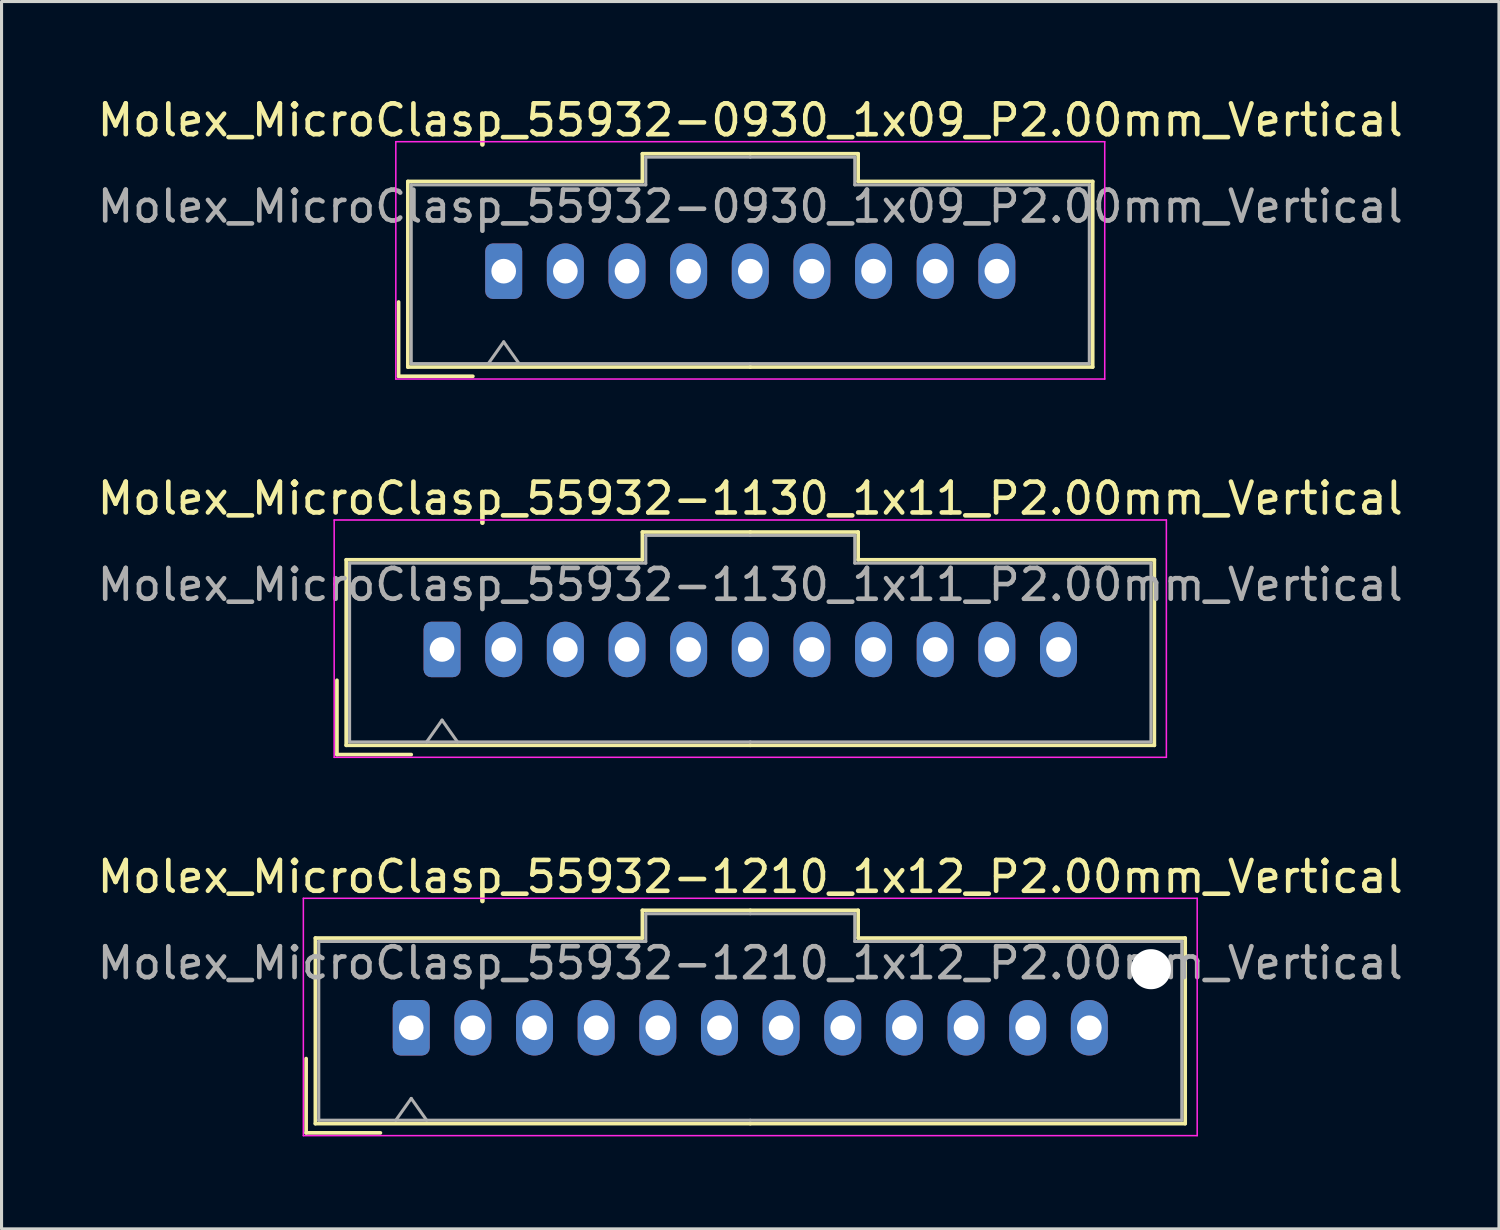
<source format=kicad_pcb>
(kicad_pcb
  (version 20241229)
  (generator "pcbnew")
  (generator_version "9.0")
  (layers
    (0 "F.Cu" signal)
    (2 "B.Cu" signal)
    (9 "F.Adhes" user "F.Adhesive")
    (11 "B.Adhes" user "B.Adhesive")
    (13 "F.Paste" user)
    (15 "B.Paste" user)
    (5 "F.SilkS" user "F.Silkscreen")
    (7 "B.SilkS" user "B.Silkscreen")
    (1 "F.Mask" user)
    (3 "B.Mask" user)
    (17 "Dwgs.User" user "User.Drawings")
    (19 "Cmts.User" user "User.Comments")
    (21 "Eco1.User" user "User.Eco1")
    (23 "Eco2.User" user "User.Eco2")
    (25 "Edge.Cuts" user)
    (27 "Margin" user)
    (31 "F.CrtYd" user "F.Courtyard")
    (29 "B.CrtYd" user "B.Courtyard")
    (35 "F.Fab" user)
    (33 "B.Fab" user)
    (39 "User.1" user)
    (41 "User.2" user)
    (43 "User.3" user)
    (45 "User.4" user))
  (footprint "Molex_MicroClasp_55932-1210_1x12_P2.00mm_Vertical"
    (layer "F.Cu")
    (at 10.292 30.295)
    (property "Reference" "Molex_MicroClasp_55932-1210_1x12_P2.00mm_Vertical" (at 11 -4.9 0) (layer "F.SilkS") (effects (font (size 1 1) (thickness 0.15))))
    (attr through_hole)
    (fp_line (start -3.41 1) (end -3.41 3.41) (stroke (width 0.12) (type solid)) (layer "F.SilkS"))
    (fp_line (start -3.41 3.41) (end -1 3.41) (stroke (width 0.12) (type solid)) (layer "F.SilkS"))
    (fp_line (start -3.11 -2.91) (end -3.11 3.11) (stroke (width 0.12) (type solid)) (layer "F.SilkS"))
    (fp_line (start -3.11 3.11) (end 11 3.11) (stroke (width 0.12) (type solid)) (layer "F.SilkS"))
    (fp_line (start 7.5 -3.81) (end 7.5 -2.91) (stroke (width 0.12) (type solid)) (layer "F.SilkS"))
    (fp_line (start 7.5 -2.91) (end -3.11 -2.91) (stroke (width 0.12) (type solid)) (layer "F.SilkS"))
    (fp_line (start 11 -3.81) (end 7.5 -3.81) (stroke (width 0.12) (type solid)) (layer "F.SilkS"))
    (fp_line (start 11 -3.81) (end 14.5 -3.81) (stroke (width 0.12) (type solid)) (layer "F.SilkS"))
    (fp_line (start 14.5 -3.81) (end 14.5 -2.91) (stroke (width 0.12) (type solid)) (layer "F.SilkS"))
    (fp_line (start 14.5 -2.91) (end 25.11 -2.91) (stroke (width 0.12) (type solid)) (layer "F.SilkS"))
    (fp_line (start 25.11 -2.91) (end 25.11 3.11) (stroke (width 0.12) (type solid)) (layer "F.SilkS"))
    (fp_line (start 25.11 3.11) (end 11 3.11) (stroke (width 0.12) (type solid)) (layer "F.SilkS"))
    (fp_line (start -3.5 -4.2) (end -3.5 3.5) (stroke (width 0.05) (type solid)) (layer "F.CrtYd"))
    (fp_line (start -3.5 3.5) (end 25.5 3.5) (stroke (width 0.05) (type solid)) (layer "F.CrtYd"))
    (fp_line (start 25.5 -4.2) (end -3.5 -4.2) (stroke (width 0.05) (type solid)) (layer "F.CrtYd"))
    (fp_line (start 25.5 3.5) (end 25.5 -4.2) (stroke (width 0.05) (type solid)) (layer "F.CrtYd"))
    (fp_line (start -3 -2.8) (end -3 3) (stroke (width 0.1) (type solid)) (layer "F.Fab"))
    (fp_line (start -3 3) (end 11 3) (stroke (width 0.1) (type solid)) (layer "F.Fab"))
    (fp_line (start -0.5 3) (end 0 2.293) (stroke (width 0.1) (type solid)) (layer "F.Fab"))
    (fp_line (start 0 2.293) (end 0.5 3) (stroke (width 0.1) (type solid)) (layer "F.Fab"))
    (fp_line (start 7.61 -3.7) (end 7.61 -2.8) (stroke (width 0.1) (type solid)) (layer "F.Fab"))
    (fp_line (start 7.61 -2.8) (end -3 -2.8) (stroke (width 0.1) (type solid)) (layer "F.Fab"))
    (fp_line (start 11 -3.7) (end 7.61 -3.7) (stroke (width 0.1) (type solid)) (layer "F.Fab"))
    (fp_line (start 11 -3.7) (end 14.39 -3.7) (stroke (width 0.1) (type solid)) (layer "F.Fab"))
    (fp_line (start 14.39 -3.7) (end 14.39 -2.8) (stroke (width 0.1) (type solid)) (layer "F.Fab"))
    (fp_line (start 14.39 -2.8) (end 25 -2.8) (stroke (width 0.1) (type solid)) (layer "F.Fab"))
    (fp_line (start 25 -2.8) (end 25 3) (stroke (width 0.1) (type solid)) (layer "F.Fab"))
    (fp_line (start 25 3) (end 11 3) (stroke (width 0.1) (type solid)) (layer "F.Fab"))
    (fp_text user "${REFERENCE}" (at 11 -2.1 0) (layer "F.Fab") (effects (font (size 1 1) (thickness 0.15))))
    (pad "" np_thru_hole circle (at 24 -1.9) (size 1.3 1.3) (drill 1.3) (layers "*.Cu" "*.Mask"))
    (pad "1" thru_hole roundrect (at 0 0) (size 1.2 1.8) (drill 0.8) (layers "*.Cu" "*.Mask") (roundrect_rratio 0.208))
    (pad "2" thru_hole oval (at 2 0) (size 1.2 1.8) (drill 0.8) (layers "*.Cu" "*.Mask"))
    (pad "3" thru_hole oval (at 4 0) (size 1.2 1.8) (drill 0.8) (layers "*.Cu" "*.Mask"))
    (pad "4" thru_hole oval (at 6 0) (size 1.2 1.8) (drill 0.8) (layers "*.Cu" "*.Mask"))
    (pad "5" thru_hole oval (at 8 0) (size 1.2 1.8) (drill 0.8) (layers "*.Cu" "*.Mask"))
    (pad "6" thru_hole oval (at 10 0) (size 1.2 1.8) (drill 0.8) (layers "*.Cu" "*.Mask"))
    (pad "7" thru_hole oval (at 12 0) (size 1.2 1.8) (drill 0.8) (layers "*.Cu" "*.Mask"))
    (pad "8" thru_hole oval (at 14 0) (size 1.2 1.8) (drill 0.8) (layers "*.Cu" "*.Mask"))
    (pad "9" thru_hole oval (at 16 0) (size 1.2 1.8) (drill 0.8) (layers "*.Cu" "*.Mask"))
    (pad "10" thru_hole oval (at 18 0) (size 1.2 1.8) (drill 0.8) (layers "*.Cu" "*.Mask"))
    (pad "11" thru_hole oval (at 20 0) (size 1.2 1.8) (drill 0.8) (layers "*.Cu" "*.Mask"))
    (pad "12" thru_hole oval (at 22 0) (size 1.2 1.8) (drill 0.8) (layers "*.Cu" "*.Mask")))
  (footprint "Molex_MicroClasp_55932-0930_1x09_P2.00mm_Vertical"
    (layer "F.Cu")
    (at 13.292 5.748)
    (property "Reference" "Molex_MicroClasp_55932-0930_1x09_P2.00mm_Vertical" (at 8 -4.9 0) (layer "F.SilkS") (effects (font (size 1 1) (thickness 0.15))))
    (attr through_hole)
    (fp_line (start -3.41 1) (end -3.41 3.41) (stroke (width 0.12) (type solid)) (layer "F.SilkS"))
    (fp_line (start -3.41 3.41) (end -1 3.41) (stroke (width 0.12) (type solid)) (layer "F.SilkS"))
    (fp_line (start -3.11 -2.91) (end -3.11 3.11) (stroke (width 0.12) (type solid)) (layer "F.SilkS"))
    (fp_line (start -3.11 3.11) (end 8 3.11) (stroke (width 0.12) (type solid)) (layer "F.SilkS"))
    (fp_line (start 4.5 -3.81) (end 4.5 -2.91) (stroke (width 0.12) (type solid)) (layer "F.SilkS"))
    (fp_line (start 4.5 -2.91) (end -3.11 -2.91) (stroke (width 0.12) (type solid)) (layer "F.SilkS"))
    (fp_line (start 8 -3.81) (end 4.5 -3.81) (stroke (width 0.12) (type solid)) (layer "F.SilkS"))
    (fp_line (start 8 -3.81) (end 11.5 -3.81) (stroke (width 0.12) (type solid)) (layer "F.SilkS"))
    (fp_line (start 11.5 -3.81) (end 11.5 -2.91) (stroke (width 0.12) (type solid)) (layer "F.SilkS"))
    (fp_line (start 11.5 -2.91) (end 19.11 -2.91) (stroke (width 0.12) (type solid)) (layer "F.SilkS"))
    (fp_line (start 19.11 -2.91) (end 19.11 3.11) (stroke (width 0.12) (type solid)) (layer "F.SilkS"))
    (fp_line (start 19.11 3.11) (end 8 3.11) (stroke (width 0.12) (type solid)) (layer "F.SilkS"))
    (fp_line (start -3.5 -4.2) (end -3.5 3.5) (stroke (width 0.05) (type solid)) (layer "F.CrtYd"))
    (fp_line (start -3.5 3.5) (end 19.5 3.5) (stroke (width 0.05) (type solid)) (layer "F.CrtYd"))
    (fp_line (start 19.5 -4.2) (end -3.5 -4.2) (stroke (width 0.05) (type solid)) (layer "F.CrtYd"))
    (fp_line (start 19.5 3.5) (end 19.5 -4.2) (stroke (width 0.05) (type solid)) (layer "F.CrtYd"))
    (fp_line (start -3 -2.8) (end -3 3) (stroke (width 0.1) (type solid)) (layer "F.Fab"))
    (fp_line (start -3 3) (end 8 3) (stroke (width 0.1) (type solid)) (layer "F.Fab"))
    (fp_line (start -0.5 3) (end 0 2.293) (stroke (width 0.1) (type solid)) (layer "F.Fab"))
    (fp_line (start 0 2.293) (end 0.5 3) (stroke (width 0.1) (type solid)) (layer "F.Fab"))
    (fp_line (start 4.61 -3.7) (end 4.61 -2.8) (stroke (width 0.1) (type solid)) (layer "F.Fab"))
    (fp_line (start 4.61 -2.8) (end -3 -2.8) (stroke (width 0.1) (type solid)) (layer "F.Fab"))
    (fp_line (start 8 -3.7) (end 4.61 -3.7) (stroke (width 0.1) (type solid)) (layer "F.Fab"))
    (fp_line (start 8 -3.7) (end 11.39 -3.7) (stroke (width 0.1) (type solid)) (layer "F.Fab"))
    (fp_line (start 11.39 -3.7) (end 11.39 -2.8) (stroke (width 0.1) (type solid)) (layer "F.Fab"))
    (fp_line (start 11.39 -2.8) (end 19 -2.8) (stroke (width 0.1) (type solid)) (layer "F.Fab"))
    (fp_line (start 19 -2.8) (end 19 3) (stroke (width 0.1) (type solid)) (layer "F.Fab"))
    (fp_line (start 19 3) (end 8 3) (stroke (width 0.1) (type solid)) (layer "F.Fab"))
    (fp_text user "${REFERENCE}" (at 8 -2.1 0) (layer "F.Fab") (effects (font (size 1 1) (thickness 0.15))))
    (pad "1" thru_hole roundrect (at 0 0) (size 1.2 1.8) (drill 0.8) (layers "*.Cu" "*.Mask") (roundrect_rratio 0.208))
    (pad "2" thru_hole oval (at 2 0) (size 1.2 1.8) (drill 0.8) (layers "*.Cu" "*.Mask"))
    (pad "3" thru_hole oval (at 4 0) (size 1.2 1.8) (drill 0.8) (layers "*.Cu" "*.Mask"))
    (pad "4" thru_hole oval (at 6 0) (size 1.2 1.8) (drill 0.8) (layers "*.Cu" "*.Mask"))
    (pad "5" thru_hole oval (at 8 0) (size 1.2 1.8) (drill 0.8) (layers "*.Cu" "*.Mask"))
    (pad "6" thru_hole oval (at 10 0) (size 1.2 1.8) (drill 0.8) (layers "*.Cu" "*.Mask"))
    (pad "7" thru_hole oval (at 12 0) (size 1.2 1.8) (drill 0.8) (layers "*.Cu" "*.Mask"))
    (pad "8" thru_hole oval (at 14 0) (size 1.2 1.8) (drill 0.8) (layers "*.Cu" "*.Mask"))
    (pad "9" thru_hole oval (at 16 0) (size 1.2 1.8) (drill 0.8) (layers "*.Cu" "*.Mask")))
  (footprint "Molex_MicroClasp_55932-1130_1x11_P2.00mm_Vertical"
    (layer "F.Cu")
    (at 11.292 18.021)
    (property "Reference" "Molex_MicroClasp_55932-1130_1x11_P2.00mm_Vertical" (at 10 -4.9 0) (layer "F.SilkS") (effects (font (size 1 1) (thickness 0.15))))
    (attr through_hole)
    (fp_line (start -3.41 1) (end -3.41 3.41) (stroke (width 0.12) (type solid)) (layer "F.SilkS"))
    (fp_line (start -3.41 3.41) (end -1 3.41) (stroke (width 0.12) (type solid)) (layer "F.SilkS"))
    (fp_line (start -3.11 -2.91) (end -3.11 3.11) (stroke (width 0.12) (type solid)) (layer "F.SilkS"))
    (fp_line (start -3.11 3.11) (end 10 3.11) (stroke (width 0.12) (type solid)) (layer "F.SilkS"))
    (fp_line (start 6.5 -3.81) (end 6.5 -2.91) (stroke (width 0.12) (type solid)) (layer "F.SilkS"))
    (fp_line (start 6.5 -2.91) (end -3.11 -2.91) (stroke (width 0.12) (type solid)) (layer "F.SilkS"))
    (fp_line (start 10 -3.81) (end 6.5 -3.81) (stroke (width 0.12) (type solid)) (layer "F.SilkS"))
    (fp_line (start 10 -3.81) (end 13.5 -3.81) (stroke (width 0.12) (type solid)) (layer "F.SilkS"))
    (fp_line (start 13.5 -3.81) (end 13.5 -2.91) (stroke (width 0.12) (type solid)) (layer "F.SilkS"))
    (fp_line (start 13.5 -2.91) (end 23.11 -2.91) (stroke (width 0.12) (type solid)) (layer "F.SilkS"))
    (fp_line (start 23.11 -2.91) (end 23.11 3.11) (stroke (width 0.12) (type solid)) (layer "F.SilkS"))
    (fp_line (start 23.11 3.11) (end 10 3.11) (stroke (width 0.12) (type solid)) (layer "F.SilkS"))
    (fp_line (start -3.5 -4.2) (end -3.5 3.5) (stroke (width 0.05) (type solid)) (layer "F.CrtYd"))
    (fp_line (start -3.5 3.5) (end 23.5 3.5) (stroke (width 0.05) (type solid)) (layer "F.CrtYd"))
    (fp_line (start 23.5 -4.2) (end -3.5 -4.2) (stroke (width 0.05) (type solid)) (layer "F.CrtYd"))
    (fp_line (start 23.5 3.5) (end 23.5 -4.2) (stroke (width 0.05) (type solid)) (layer "F.CrtYd"))
    (fp_line (start -3 -2.8) (end -3 3) (stroke (width 0.1) (type solid)) (layer "F.Fab"))
    (fp_line (start -3 3) (end 10 3) (stroke (width 0.1) (type solid)) (layer "F.Fab"))
    (fp_line (start -0.5 3) (end 0 2.293) (stroke (width 0.1) (type solid)) (layer "F.Fab"))
    (fp_line (start 0 2.293) (end 0.5 3) (stroke (width 0.1) (type solid)) (layer "F.Fab"))
    (fp_line (start 6.61 -3.7) (end 6.61 -2.8) (stroke (width 0.1) (type solid)) (layer "F.Fab"))
    (fp_line (start 6.61 -2.8) (end -3 -2.8) (stroke (width 0.1) (type solid)) (layer "F.Fab"))
    (fp_line (start 10 -3.7) (end 6.61 -3.7) (stroke (width 0.1) (type solid)) (layer "F.Fab"))
    (fp_line (start 10 -3.7) (end 13.39 -3.7) (stroke (width 0.1) (type solid)) (layer "F.Fab"))
    (fp_line (start 13.39 -3.7) (end 13.39 -2.8) (stroke (width 0.1) (type solid)) (layer "F.Fab"))
    (fp_line (start 13.39 -2.8) (end 23 -2.8) (stroke (width 0.1) (type solid)) (layer "F.Fab"))
    (fp_line (start 23 -2.8) (end 23 3) (stroke (width 0.1) (type solid)) (layer "F.Fab"))
    (fp_line (start 23 3) (end 10 3) (stroke (width 0.1) (type solid)) (layer "F.Fab"))
    (fp_text user "${REFERENCE}" (at 10 -2.1 0) (layer "F.Fab") (effects (font (size 1 1) (thickness 0.15))))
    (pad "1" thru_hole roundrect (at 0 0) (size 1.2 1.8) (drill 0.8) (layers "*.Cu" "*.Mask") (roundrect_rratio 0.208))
    (pad "2" thru_hole oval (at 2 0) (size 1.2 1.8) (drill 0.8) (layers "*.Cu" "*.Mask"))
    (pad "3" thru_hole oval (at 4 0) (size 1.2 1.8) (drill 0.8) (layers "*.Cu" "*.Mask"))
    (pad "4" thru_hole oval (at 6 0) (size 1.2 1.8) (drill 0.8) (layers "*.Cu" "*.Mask"))
    (pad "5" thru_hole oval (at 8 0) (size 1.2 1.8) (drill 0.8) (layers "*.Cu" "*.Mask"))
    (pad "6" thru_hole oval (at 10 0) (size 1.2 1.8) (drill 0.8) (layers "*.Cu" "*.Mask"))
    (pad "7" thru_hole oval (at 12 0) (size 1.2 1.8) (drill 0.8) (layers "*.Cu" "*.Mask"))
    (pad "8" thru_hole oval (at 14 0) (size 1.2 1.8) (drill 0.8) (layers "*.Cu" "*.Mask"))
    (pad "9" thru_hole oval (at 16 0) (size 1.2 1.8) (drill 0.8) (layers "*.Cu" "*.Mask"))
    (pad "10" thru_hole oval (at 18 0) (size 1.2 1.8) (drill 0.8) (layers "*.Cu" "*.Mask"))
    (pad "11" thru_hole oval (at 20 0) (size 1.2 1.8) (drill 0.8) (layers "*.Cu" "*.Mask")))
  (gr_rect
    (start -3 -3)
    (end 45.583 36.82)
    (stroke (width 0.1) (type default))
    (fill no)
    (layer "Edge.Cuts")))
</source>
